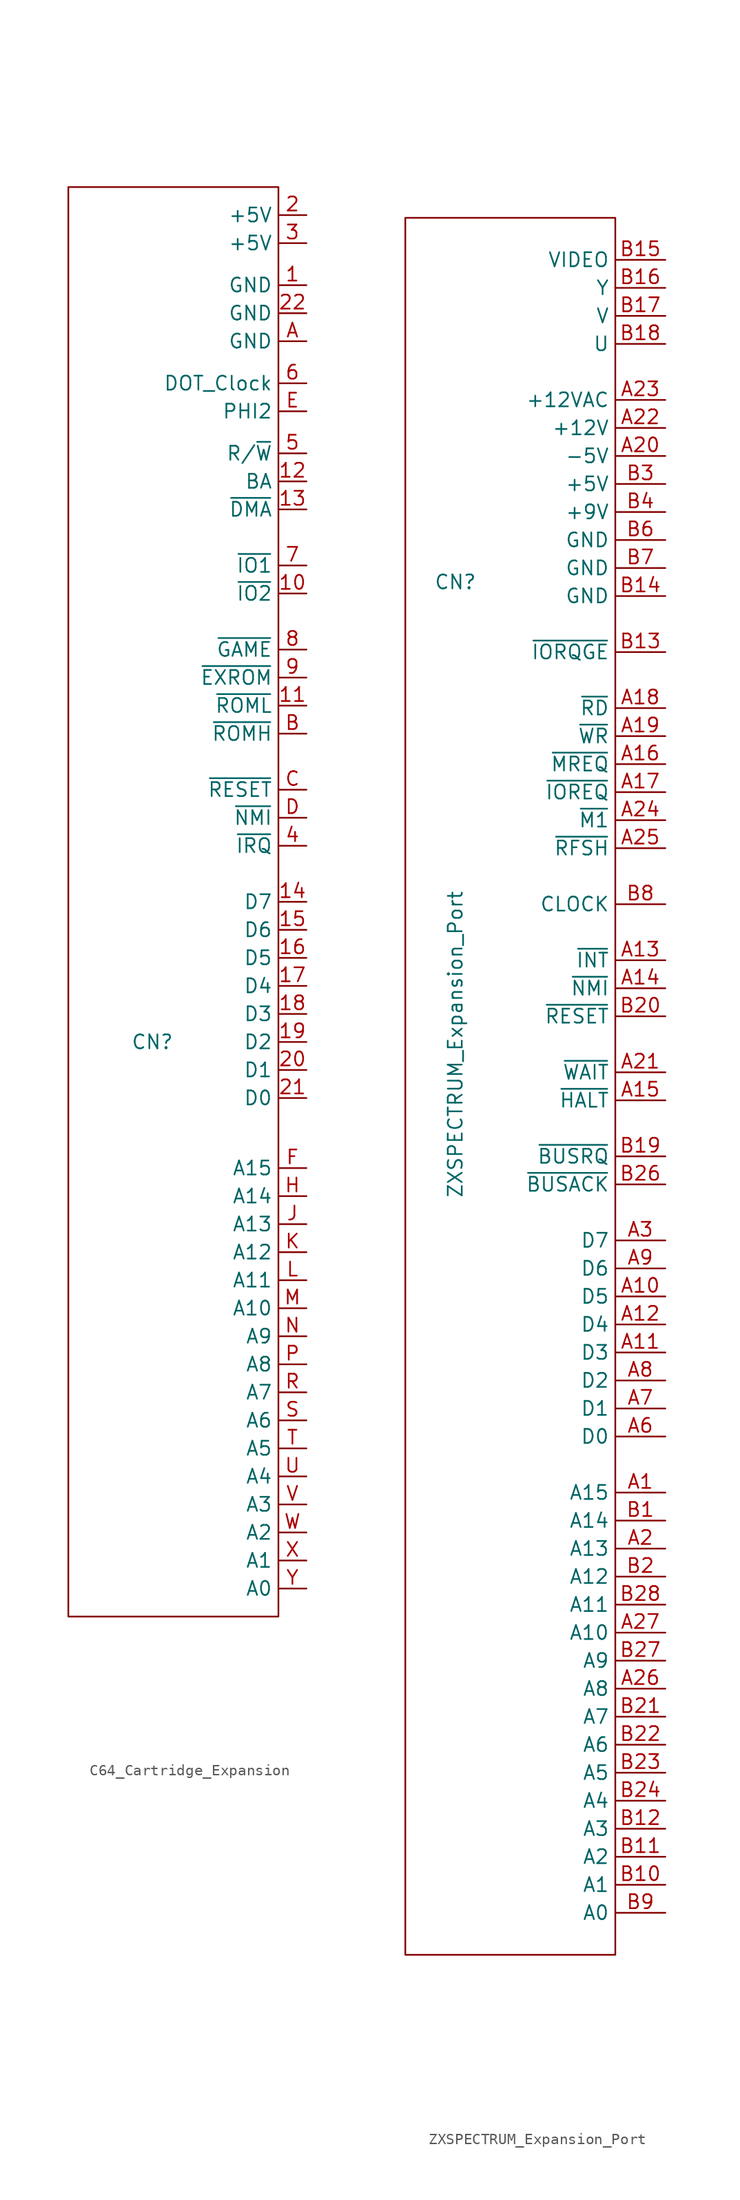
<source format=kicad_sym>
(kicad_symbol_lib
  (version 20220914)
  (generator kicad_symbol_editor)
  (symbol "C64_Cartridge_Expansion"
    (property "Reference" "CN"
      (at -2.54 0 0)
      (effects (font (size 1.27 1.27))))
    (property "Value" ""
      (at 0 0 0)
      (effects (font (size 1.27 1.27))))
    (symbol "C64_Cartridge_Expansion_0_1"
      (rectangle (start -10.16 77.47) (end 8.89 -52.07) (stroke (width 0) (type default)) (fill (type none))))
    (symbol "C64_Cartridge_Expansion_1_1"
      (pin power_in line (at 11.43 68.58 180) (length 2.54) (name "GND" (effects (font (size 1.27 1.27)))) (number "1" (effects (font (size 1.27 1.27)))))
      (pin output line (at 11.43 40.64 180) (length 2.54) (name "~{IO2}" (effects (font (size 1.27 1.27)))) (number "10" (effects (font (size 1.27 1.27)))))
      (pin output line (at 11.43 30.48 180) (length 2.54) (name "~{ROML}" (effects (font (size 1.27 1.27)))) (number "11" (effects (font (size 1.27 1.27)))))
      (pin output line (at 11.43 50.8 180) (length 2.54) (name "BA" (effects (font (size 1.27 1.27)))) (number "12" (effects (font (size 1.27 1.27)))))
      (pin input line (at 11.43 48.26 180) (length 2.54) (name "~{DMA}" (effects (font (size 1.27 1.27)))) (number "13" (effects (font (size 1.27 1.27)))))
      (pin bidirectional line (at 11.43 12.7 180) (length 2.54) (name "D7" (effects (font (size 1.27 1.27)))) (number "14" (effects (font (size 1.27 1.27)))))
      (pin bidirectional line (at 11.43 10.16 180) (length 2.54) (name "D6" (effects (font (size 1.27 1.27)))) (number "15" (effects (font (size 1.27 1.27)))))
      (pin bidirectional line (at 11.43 7.62 180) (length 2.54) (name "D5" (effects (font (size 1.27 1.27)))) (number "16" (effects (font (size 1.27 1.27)))))
      (pin bidirectional line (at 11.43 5.08 180) (length 2.54) (name "D4" (effects (font (size 1.27 1.27)))) (number "17" (effects (font (size 1.27 1.27)))))
      (pin bidirectional line (at 11.43 2.54 180) (length 2.54) (name "D3" (effects (font (size 1.27 1.27)))) (number "18" (effects (font (size 1.27 1.27)))))
      (pin bidirectional line (at 11.43 0 180) (length 2.54) (name "D2" (effects (font (size 1.27 1.27)))) (number "19" (effects (font (size 1.27 1.27)))))
      (pin power_in line (at 11.43 74.93 180) (length 2.54) (name "+5V" (effects (font (size 1.27 1.27)))) (number "2" (effects (font (size 1.27 1.27)))))
      (pin bidirectional line (at 11.43 -2.54 180) (length 2.54) (name "D1" (effects (font (size 1.27 1.27)))) (number "20" (effects (font (size 1.27 1.27)))))
      (pin bidirectional line (at 11.43 -5.08 180) (length 2.54) (name "D0" (effects (font (size 1.27 1.27)))) (number "21" (effects (font (size 1.27 1.27)))))
      (pin power_in line (at 11.43 66.04 180) (length 2.54) (name "GND" (effects (font (size 1.27 1.27)))) (number "22" (effects (font (size 1.27 1.27)))))
      (pin power_in line (at 11.43 72.39 180) (length 2.54) (name "+5V" (effects (font (size 1.27 1.27)))) (number "3" (effects (font (size 1.27 1.27)))))
      (pin input line (at 11.43 17.78 180) (length 2.54) (name "~{IRQ}" (effects (font (size 1.27 1.27)))) (number "4" (effects (font (size 1.27 1.27)))))
      (pin output line (at 11.43 53.34 180) (length 2.54) (name "R/~{W}" (effects (font (size 1.27 1.27)))) (number "5" (effects (font (size 1.27 1.27)))))
      (pin output line (at 11.43 59.69 180) (length 2.54) (name "DOT_Clock" (effects (font (size 1.27 1.27)))) (number "6" (effects (font (size 1.27 1.27)))))
      (pin output line (at 11.43 43.18 180) (length 2.54) (name "~{IO1}" (effects (font (size 1.27 1.27)))) (number "7" (effects (font (size 1.27 1.27)))))
      (pin input line (at 11.43 35.56 180) (length 2.54) (name "~{GAME}" (effects (font (size 1.27 1.27)))) (number "8" (effects (font (size 1.27 1.27)))))
      (pin input line (at 11.43 33.02 180) (length 2.54) (name "~{EXROM}" (effects (font (size 1.27 1.27)))) (number "9" (effects (font (size 1.27 1.27)))))
      (pin power_in line (at 11.43 63.5 180) (length 2.54) (name "GND" (effects (font (size 1.27 1.27)))) (number "A" (effects (font (size 1.27 1.27)))))
      (pin output line (at 11.43 27.94 180) (length 2.54) (name "~{ROMH}" (effects (font (size 1.27 1.27)))) (number "B" (effects (font (size 1.27 1.27)))))
      (pin input line (at 11.43 22.86 180) (length 2.54) (name "~{RESET}" (effects (font (size 1.27 1.27)))) (number "C" (effects (font (size 1.27 1.27)))))
      (pin input line (at 11.43 20.32 180) (length 2.54) (name "~{NMI}" (effects (font (size 1.27 1.27)))) (number "D" (effects (font (size 1.27 1.27)))))
      (pin output line (at 11.43 57.15 180) (length 2.54) (name "PHI2" (effects (font (size 1.27 1.27)))) (number "E" (effects (font (size 1.27 1.27)))))
      (pin output line (at 11.43 -11.43 180) (length 2.54) (name "A15" (effects (font (size 1.27 1.27)))) (number "F" (effects (font (size 1.27 1.27)))))
      (pin output line (at 11.43 -13.97 180) (length 2.54) (name "A14" (effects (font (size 1.27 1.27)))) (number "H" (effects (font (size 1.27 1.27)))))
      (pin output line (at 11.43 -16.51 180) (length 2.54) (name "A13" (effects (font (size 1.27 1.27)))) (number "J" (effects (font (size 1.27 1.27)))))
      (pin output line (at 11.43 -19.05 180) (length 2.54) (name "A12" (effects (font (size 1.27 1.27)))) (number "K" (effects (font (size 1.27 1.27)))))
      (pin output line (at 11.43 -21.59 180) (length 2.54) (name "A11" (effects (font (size 1.27 1.27)))) (number "L" (effects (font (size 1.27 1.27)))))
      (pin output line (at 11.43 -24.13 180) (length 2.54) (name "A10" (effects (font (size 1.27 1.27)))) (number "M" (effects (font (size 1.27 1.27)))))
      (pin output line (at 11.43 -26.67 180) (length 2.54) (name "A9" (effects (font (size 1.27 1.27)))) (number "N" (effects (font (size 1.27 1.27)))))
      (pin output line (at 11.43 -29.21 180) (length 2.54) (name "A8" (effects (font (size 1.27 1.27)))) (number "P" (effects (font (size 1.27 1.27)))))
      (pin output line (at 11.43 -31.75 180) (length 2.54) (name "A7" (effects (font (size 1.27 1.27)))) (number "R" (effects (font (size 1.27 1.27)))))
      (pin output line (at 11.43 -34.29 180) (length 2.54) (name "A6" (effects (font (size 1.27 1.27)))) (number "S" (effects (font (size 1.27 1.27)))))
      (pin output line (at 11.43 -36.83 180) (length 2.54) (name "A5" (effects (font (size 1.27 1.27)))) (number "T" (effects (font (size 1.27 1.27)))))
      (pin output line (at 11.43 -39.37 180) (length 2.54) (name "A4" (effects (font (size 1.27 1.27)))) (number "U" (effects (font (size 1.27 1.27)))))
      (pin output line (at 11.43 -41.91 180) (length 2.54) (name "A3" (effects (font (size 1.27 1.27)))) (number "V" (effects (font (size 1.27 1.27)))))
      (pin output line (at 11.43 -44.45 180) (length 2.54) (name "A2" (effects (font (size 1.27 1.27)))) (number "W" (effects (font (size 1.27 1.27)))))
      (pin output line (at 11.43 -46.99 180) (length 2.54) (name "A1" (effects (font (size 1.27 1.27)))) (number "X" (effects (font (size 1.27 1.27)))))
      (pin output line (at 11.43 -49.53 180) (length 2.54) (name "A0" (effects (font (size 1.27 1.27)))) (number "Y" (effects (font (size 1.27 1.27)))))))
  (symbol "ZXSPECTRUM_Expansion_Port"
    (property "Reference" "CN"
      (at -6.35 44.45 0)
      (effects (font (size 1.27 1.27))))
    (property "Value" "ZXSPECTRUM_Expansion_Port"
      (at -6.35 2.54 90)
      (effects (font (size 1.27 1.27))))
    (symbol "ZXSPECTRUM_Expansion_Port_0_1"
      (rectangle (start -10.89 77.47) (end 8.16 -80.01) (stroke (width 0) (type default)) (fill (type none))))
    (symbol "ZXSPECTRUM_Expansion_Port_1_1"
      (pin output line (at 12.7 -38.1 180) (length 4.54) (name "A15" (effects (font (size 1.27 1.27)))) (number "A1" (effects (font (size 1.27 1.27)))))
      (pin bidirectional line (at 12.7 -20.32 180) (length 4.54) (name "D5" (effects (font (size 1.27 1.27)))) (number "A10" (effects (font (size 1.27 1.27)))))
      (pin bidirectional line (at 12.7 -25.4 180) (length 4.54) (name "D3" (effects (font (size 1.27 1.27)))) (number "A11" (effects (font (size 1.27 1.27)))))
      (pin bidirectional line (at 12.7 -22.86 180) (length 4.54) (name "D4" (effects (font (size 1.27 1.27)))) (number "A12" (effects (font (size 1.27 1.27)))))
      (pin input line (at 12.7 10.16 180) (length 4.54) (name "~{INT}" (effects (font (size 1.27 1.27)))) (number "A13" (effects (font (size 1.27 1.27)))))
      (pin input line (at 12.7 7.62 180) (length 4.54) (name "~{NMI}" (effects (font (size 1.27 1.27)))) (number "A14" (effects (font (size 1.27 1.27)))))
      (pin input line (at 12.7 -2.54 180) (length 4.54) (name "~{HALT}" (effects (font (size 1.27 1.27)))) (number "A15" (effects (font (size 1.27 1.27)))))
      (pin output line (at 12.7 27.94 180) (length 4.54) (name "~{MREQ}" (effects (font (size 1.27 1.27)))) (number "A16" (effects (font (size 1.27 1.27)))))
      (pin output line (at 12.7 25.4 180) (length 4.54) (name "~{IOREQ}" (effects (font (size 1.27 1.27)))) (number "A17" (effects (font (size 1.27 1.27)))))
      (pin output line (at 12.7 33.02 180) (length 4.54) (name "~{RD}" (effects (font (size 1.27 1.27)))) (number "A18" (effects (font (size 1.27 1.27)))))
      (pin output line (at 12.7 30.48 180) (length 4.54) (name "~{WR}" (effects (font (size 1.27 1.27)))) (number "A19" (effects (font (size 1.27 1.27)))))
      (pin output line (at 12.7 -43.18 180) (length 4.54) (name "A13" (effects (font (size 1.27 1.27)))) (number "A2" (effects (font (size 1.27 1.27)))))
      (pin power_out line (at 12.7 55.88 180) (length 4.54) (name "-5V" (effects (font (size 1.27 1.27)))) (number "A20" (effects (font (size 1.27 1.27)))))
      (pin input line (at 12.7 0 180) (length 4.54) (name "~{WAIT}" (effects (font (size 1.27 1.27)))) (number "A21" (effects (font (size 1.27 1.27)))))
      (pin power_out line (at 12.7 58.42 180) (length 4.54) (name "+12V" (effects (font (size 1.27 1.27)))) (number "A22" (effects (font (size 1.27 1.27)))))
      (pin power_out line (at 12.7 60.96 180) (length 4.54) (name "+12VAC" (effects (font (size 1.27 1.27)))) (number "A23" (effects (font (size 1.27 1.27)))))
      (pin output line (at 12.7 22.86 180) (length 4.54) (name "~{M1}" (effects (font (size 1.27 1.27)))) (number "A24" (effects (font (size 1.27 1.27)))))
      (pin output line (at 12.7 20.32 180) (length 4.54) (name "~{RFSH}" (effects (font (size 1.27 1.27)))) (number "A25" (effects (font (size 1.27 1.27)))))
      (pin output line (at 12.7 -55.88 180) (length 4.54) (name "A8" (effects (font (size 1.27 1.27)))) (number "A26" (effects (font (size 1.27 1.27)))))
      (pin output line (at 12.7 -50.8 180) (length 4.54) (name "A10" (effects (font (size 1.27 1.27)))) (number "A27" (effects (font (size 1.27 1.27)))))
      (pin bidirectional line (at 12.7 -15.24 180) (length 4.54) (name "D7" (effects (font (size 1.27 1.27)))) (number "A3" (effects (font (size 1.27 1.27)))))
      (pin bidirectional line (at 12.7 -33.02 180) (length 4.54) (name "D0" (effects (font (size 1.27 1.27)))) (number "A6" (effects (font (size 1.27 1.27)))))
      (pin bidirectional line (at 12.7 -30.48 180) (length 4.54) (name "D1" (effects (font (size 1.27 1.27)))) (number "A7" (effects (font (size 1.27 1.27)))))
      (pin bidirectional line (at 12.7 -27.94 180) (length 4.54) (name "D2" (effects (font (size 1.27 1.27)))) (number "A8" (effects (font (size 1.27 1.27)))))
      (pin bidirectional line (at 12.7 -17.78 180) (length 4.54) (name "D6" (effects (font (size 1.27 1.27)))) (number "A9" (effects (font (size 1.27 1.27)))))
      (pin output line (at 12.7 -40.64 180) (length 4.54) (name "A14" (effects (font (size 1.27 1.27)))) (number "B1" (effects (font (size 1.27 1.27)))))
      (pin output line (at 12.7 -73.66 180) (length 4.54) (name "A1" (effects (font (size 1.27 1.27)))) (number "B10" (effects (font (size 1.27 1.27)))))
      (pin output line (at 12.7 -71.12 180) (length 4.54) (name "A2" (effects (font (size 1.27 1.27)))) (number "B11" (effects (font (size 1.27 1.27)))))
      (pin output line (at 12.7 -68.58 180) (length 4.54) (name "A3" (effects (font (size 1.27 1.27)))) (number "B12" (effects (font (size 1.27 1.27)))))
      (pin output line (at 12.7 38.1 180) (length 4.54) (name "~{IORQGE}" (effects (font (size 1.27 1.27)))) (number "B13" (effects (font (size 1.27 1.27)))))
      (pin power_out line (at 12.7 43.18 180) (length 4.54) (name "GND" (effects (font (size 1.27 1.27)))) (number "B14" (effects (font (size 1.27 1.27)))))
      (pin output line (at 12.7 73.66 180) (length 4.54) (name "VIDEO" (effects (font (size 1.27 1.27)))) (number "B15" (effects (font (size 1.27 1.27)))))
      (pin output line (at 12.7 71.12 180) (length 4.54) (name "Y" (effects (font (size 1.27 1.27)))) (number "B16" (effects (font (size 1.27 1.27)))))
      (pin output line (at 12.7 68.58 180) (length 4.54) (name "V" (effects (font (size 1.27 1.27)))) (number "B17" (effects (font (size 1.27 1.27)))))
      (pin output line (at 12.7 66.04 180) (length 4.54) (name "U" (effects (font (size 1.27 1.27)))) (number "B18" (effects (font (size 1.27 1.27)))))
      (pin input line (at 12.7 -7.62 180) (length 4.54) (name "~{BUSRQ}" (effects (font (size 1.27 1.27)))) (number "B19" (effects (font (size 1.27 1.27)))))
      (pin output line (at 12.7 -45.72 180) (length 4.54) (name "A12" (effects (font (size 1.27 1.27)))) (number "B2" (effects (font (size 1.27 1.27)))))
      (pin input line (at 12.7 5.08 180) (length 4.54) (name "~{RESET}" (effects (font (size 1.27 1.27)))) (number "B20" (effects (font (size 1.27 1.27)))))
      (pin output line (at 12.7 -58.42 180) (length 4.54) (name "A7" (effects (font (size 1.27 1.27)))) (number "B21" (effects (font (size 1.27 1.27)))))
      (pin output line (at 12.7 -60.96 180) (length 4.54) (name "A6" (effects (font (size 1.27 1.27)))) (number "B22" (effects (font (size 1.27 1.27)))))
      (pin output line (at 12.7 -63.5 180) (length 4.54) (name "A5" (effects (font (size 1.27 1.27)))) (number "B23" (effects (font (size 1.27 1.27)))))
      (pin output line (at 12.7 -66.04 180) (length 4.54) (name "A4" (effects (font (size 1.27 1.27)))) (number "B24" (effects (font (size 1.27 1.27)))))
      (pin output line (at 12.7 -10.16 180) (length 4.54) (name "~{BUSACK}" (effects (font (size 1.27 1.27)))) (number "B26" (effects (font (size 1.27 1.27)))))
      (pin output line (at 12.7 -53.34 180) (length 4.54) (name "A9" (effects (font (size 1.27 1.27)))) (number "B27" (effects (font (size 1.27 1.27)))))
      (pin output line (at 12.7 -48.26 180) (length 4.54) (name "A11" (effects (font (size 1.27 1.27)))) (number "B28" (effects (font (size 1.27 1.27)))))
      (pin power_out line (at 12.7 53.34 180) (length 4.54) (name "+5V" (effects (font (size 1.27 1.27)))) (number "B3" (effects (font (size 1.27 1.27)))))
      (pin power_out line (at 12.7 50.8 180) (length 4.54) (name "+9V" (effects (font (size 1.27 1.27)))) (number "B4" (effects (font (size 1.27 1.27)))))
      (pin power_out line (at 12.7 48.26 180) (length 4.54) (name "GND" (effects (font (size 1.27 1.27)))) (number "B6" (effects (font (size 1.27 1.27)))))
      (pin power_out line (at 12.7 45.72 180) (length 4.54) (name "GND" (effects (font (size 1.27 1.27)))) (number "B7" (effects (font (size 1.27 1.27)))))
      (pin input line (at 12.7 15.24 180) (length 4.54) (name "CLOCK" (effects (font (size 1.27 1.27)))) (number "B8" (effects (font (size 1.27 1.27)))))
      (pin output line (at 12.7 -76.2 180) (length 4.54) (name "A0" (effects (font (size 1.27 1.27)))) (number "B9" (effects (font (size 1.27 1.27))))))))
</source>
